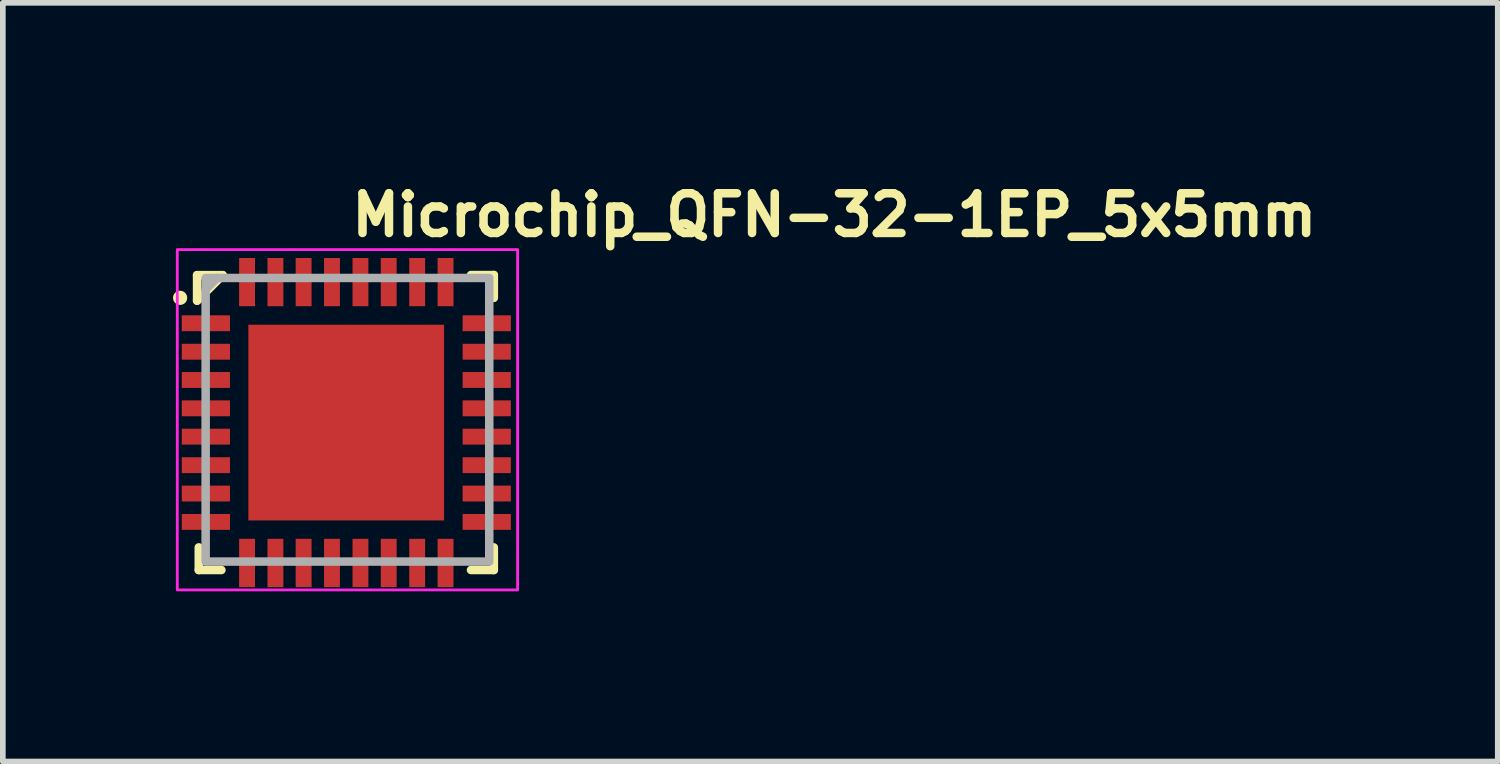
<source format=kicad_pcb>
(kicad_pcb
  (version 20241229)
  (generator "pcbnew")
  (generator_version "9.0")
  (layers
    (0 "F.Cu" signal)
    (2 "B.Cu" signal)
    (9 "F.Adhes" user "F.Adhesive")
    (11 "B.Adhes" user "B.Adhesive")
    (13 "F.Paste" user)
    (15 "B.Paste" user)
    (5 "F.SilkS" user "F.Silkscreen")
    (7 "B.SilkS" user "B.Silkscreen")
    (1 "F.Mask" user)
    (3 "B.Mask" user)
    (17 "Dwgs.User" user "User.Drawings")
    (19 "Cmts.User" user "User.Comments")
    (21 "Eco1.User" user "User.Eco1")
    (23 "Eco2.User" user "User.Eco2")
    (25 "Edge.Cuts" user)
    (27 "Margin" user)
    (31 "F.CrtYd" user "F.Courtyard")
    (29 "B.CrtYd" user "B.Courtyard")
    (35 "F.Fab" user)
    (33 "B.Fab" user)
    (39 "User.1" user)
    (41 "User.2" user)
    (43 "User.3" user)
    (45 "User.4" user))
  (footprint "Microchip_QFN-32-1EP_5x5mm"
    (layer "F.Cu")
    (at 3.075 4.35)
    (property "Reference" "Microchip_QFN-32-1EP_5x5mm" (at 0 -3.2 0) (layer "F.SilkS") (effects (font (size 0.7 0.7) (thickness 0.15)) (justify left bottom)))
    (attr smd)
    (fp_line (start -2.651 -2.55) (end -2.651 -2.1) (stroke (width 0.15) (type solid)) (layer "F.SilkS"))
    (fp_line (start -2.651 -2.55) (end -2.2 -2.55) (stroke (width 0.15) (type solid)) (layer "F.SilkS"))
    (fp_line (start -2.621 2.648) (end -2.621 2.249) (stroke (width 0.15) (type solid)) (layer "F.SilkS"))
    (fp_line (start -2.222 2.648) (end -2.621 2.648) (stroke (width 0.15) (type solid)) (layer "F.SilkS"))
    (fp_line (start -2.2 -2.55) (end -2.651 -2.1) (stroke (width 0.15) (type solid)) (layer "F.SilkS"))
    (fp_line (start 2.58 -2.552) (end 2.177 -2.552) (stroke (width 0.15) (type solid)) (layer "F.SilkS"))
    (fp_line (start 2.58 -2.552) (end 2.58 -2.149) (stroke (width 0.15) (type solid)) (layer "F.SilkS"))
    (fp_line (start 2.58 2.249) (end 2.58 2.648) (stroke (width 0.15) (type solid)) (layer "F.SilkS"))
    (fp_line (start 2.58 2.648) (end 2.177 2.648) (stroke (width 0.15) (type solid)) (layer "F.SilkS"))
    (fp_circle (center -2.95 -2.15) (end -2.9 -2.15) (stroke (width 0.15) (type solid)) (fill yes) (layer "F.SilkS"))
    (fp_rect (start -3 -3) (end 2.999 2.999) (stroke (width 0.05) (type solid)) (fill no) (layer "F.CrtYd"))
    (fp_line (start -2.5 -2.299) (end -2.299 -2.5) (stroke (width 0.15) (type solid)) (layer "F.Fab"))
    (fp_rect (start -2.5 -2.5) (end 2.499 2.499) (stroke (width 0.15) (type solid)) (fill no) (layer "F.Fab"))
    (fp_rect (start -2.5 -2.5) (end 2.499 2.499) (stroke (width 0.1) (type solid)) (fill no) (layer "User.5"))
    (fp_line (start -2.5 -2.5) (end -2.5 2.499) (stroke (width 0.02) (type solid)) (layer "User.9"))
    (fp_line (start -2.5 -1.875) (end -2.5 -1.875) (stroke (width 0.02) (type solid)) (layer "User.9"))
    (fp_line (start -2.5 -1.625) (end -2.5 -1.875) (stroke (width 0.02) (type solid)) (layer "User.9"))
    (fp_line (start -2.5 -1.625) (end -2.5 -1.625) (stroke (width 0.02) (type solid)) (layer "User.9"))
    (fp_line (start -2.5 -1.375) (end -2.5 -1.375) (stroke (width 0.02) (type solid)) (layer "User.9"))
    (fp_line (start -2.5 -1.125) (end -2.5 -1.375) (stroke (width 0.02) (type solid)) (layer "User.9"))
    (fp_line (start -2.5 -1.125) (end -2.5 -1.125) (stroke (width 0.02) (type solid)) (layer "User.9"))
    (fp_line (start -2.5 -0.875) (end -2.5 -0.875) (stroke (width 0.02) (type solid)) (layer "User.9"))
    (fp_line (start -2.5 -0.625) (end -2.5 -0.875) (stroke (width 0.02) (type solid)) (layer "User.9"))
    (fp_line (start -2.5 -0.625) (end -2.5 -0.625) (stroke (width 0.02) (type solid)) (layer "User.9"))
    (fp_line (start -2.5 -0.375) (end -2.5 -0.375) (stroke (width 0.02) (type solid)) (layer "User.9"))
    (fp_line (start -2.5 -0.125) (end -2.5 -0.375) (stroke (width 0.02) (type solid)) (layer "User.9"))
    (fp_line (start -2.5 -0.125) (end -2.5 -0.125) (stroke (width 0.02) (type solid)) (layer "User.9"))
    (fp_line (start -2.5 0.122) (end -2.5 0.122) (stroke (width 0.02) (type solid)) (layer "User.9"))
    (fp_line (start -2.5 0.372) (end -2.5 0.122) (stroke (width 0.02) (type solid)) (layer "User.9"))
    (fp_line (start -2.5 0.372) (end -2.5 0.372) (stroke (width 0.02) (type solid)) (layer "User.9"))
    (fp_line (start -2.5 0.622) (end -2.5 0.622) (stroke (width 0.02) (type solid)) (layer "User.9"))
    (fp_line (start -2.5 0.872) (end -2.5 0.622) (stroke (width 0.02) (type solid)) (layer "User.9"))
    (fp_line (start -2.5 0.872) (end -2.5 0.872) (stroke (width 0.02) (type solid)) (layer "User.9"))
    (fp_line (start -2.5 1.124) (end -2.5 1.124) (stroke (width 0.02) (type solid)) (layer "User.9"))
    (fp_line (start -2.5 1.374) (end -2.5 1.124) (stroke (width 0.02) (type solid)) (layer "User.9"))
    (fp_line (start -2.5 1.374) (end -2.5 1.374) (stroke (width 0.02) (type solid)) (layer "User.9"))
    (fp_line (start -2.5 1.624) (end -2.5 1.624) (stroke (width 0.02) (type solid)) (layer "User.9"))
    (fp_line (start -2.5 1.874) (end -2.5 1.624) (stroke (width 0.02) (type solid)) (layer "User.9"))
    (fp_line (start -2.5 1.874) (end -2.5 1.874) (stroke (width 0.02) (type solid)) (layer "User.9"))
    (fp_line (start -2.5 2.499) (end 2.499 2.499) (stroke (width 0.02) (type solid)) (layer "User.9"))
    (fp_line (start -2 -1.873) (end -2 -1.867) (stroke (width 0.02) (type solid)) (layer "User.9"))
    (fp_line (start -2 -1.867) (end -2 -1.859) (stroke (width 0.02) (type solid)) (layer "User.9"))
    (fp_line (start -2 -1.859) (end -2 -1.851) (stroke (width 0.02) (type solid)) (layer "User.9"))
    (fp_line (start -2 -1.851) (end -2 -1.851) (stroke (width 0.02) (type solid)) (layer "User.9"))
    (fp_line (start -2 -1.851) (end -2 -1.843) (stroke (width 0.02) (type solid)) (layer "User.9"))
    (fp_line (start -2 -1.843) (end -2 -1.835) (stroke (width 0.02) (type solid)) (layer "User.9"))
    (fp_line (start -2 -1.835) (end -2 -1.829) (stroke (width 0.02) (type solid)) (layer "User.9"))
    (fp_line (start -2 -1.829) (end -1.998 -1.821) (stroke (width 0.02) (type solid)) (layer "User.9"))
    (fp_line (start -1.998 -1.881) (end -2 -1.873) (stroke (width 0.02) (type solid)) (layer "User.9"))
    (fp_line (start -1.998 -1.821) (end -1.996 -1.813) (stroke (width 0.02) (type solid)) (layer "User.9"))
    (fp_line (start -1.996 -1.889) (end -1.998 -1.881) (stroke (width 0.02) (type solid)) (layer "User.9"))
    (fp_line (start -1.996 -1.813) (end -1.994 -1.807) (stroke (width 0.02) (type solid)) (layer "User.9"))
    (fp_line (start -1.994 -1.895) (end -1.996 -1.889) (stroke (width 0.02) (type solid)) (layer "User.9"))
    (fp_line (start -1.994 -1.807) (end -1.992 -1.799) (stroke (width 0.02) (type solid)) (layer "User.9"))
    (fp_line (start -1.992 -1.903) (end -1.994 -1.895) (stroke (width 0.02) (type solid)) (layer "User.9"))
    (fp_line (start -1.992 -1.799) (end -1.99 -1.792) (stroke (width 0.02) (type solid)) (layer "User.9"))
    (fp_line (start -1.99 -1.909) (end -1.992 -1.903) (stroke (width 0.02) (type solid)) (layer "User.9"))
    (fp_line (start -1.99 -1.792) (end -1.986 -1.786) (stroke (width 0.02) (type solid)) (layer "User.9"))
    (fp_line (start -1.986 -1.917) (end -1.99 -1.909) (stroke (width 0.02) (type solid)) (layer "User.9"))
    (fp_line (start -1.986 -1.786) (end -1.982 -1.78) (stroke (width 0.02) (type solid)) (layer "User.9"))
    (fp_line (start -1.982 -1.922) (end -1.986 -1.917) (stroke (width 0.02) (type solid)) (layer "User.9"))
    (fp_line (start -1.982 -1.78) (end -1.98 -1.774) (stroke (width 0.02) (type solid)) (layer "User.9"))
    (fp_line (start -1.98 -1.928) (end -1.982 -1.922) (stroke (width 0.02) (type solid)) (layer "User.9"))
    (fp_line (start -1.98 -1.774) (end -1.976 -1.768) (stroke (width 0.02) (type solid)) (layer "User.9"))
    (fp_line (start -1.976 -1.934) (end -1.98 -1.928) (stroke (width 0.02) (type solid)) (layer "User.9"))
    (fp_line (start -1.976 -1.768) (end -1.972 -1.762) (stroke (width 0.02) (type solid)) (layer "User.9"))
    (fp_line (start -1.972 -1.94) (end -1.976 -1.934) (stroke (width 0.02) (type solid)) (layer "User.9"))
    (fp_line (start -1.972 -1.762) (end -1.966 -1.756) (stroke (width 0.02) (type solid)) (layer "User.9"))
    (fp_line (start -1.966 -1.946) (end -1.972 -1.94) (stroke (width 0.02) (type solid)) (layer "User.9"))
    (fp_line (start -1.966 -1.756) (end -1.962 -1.75) (stroke (width 0.02) (type solid)) (layer "User.9"))
    (fp_line (start -1.962 -1.952) (end -1.966 -1.946) (stroke (width 0.02) (type solid)) (layer "User.9"))
    (fp_line (start -1.962 -1.75) (end -1.958 -1.744) (stroke (width 0.02) (type solid)) (layer "User.9"))
    (fp_line (start -1.958 -1.958) (end -1.962 -1.952) (stroke (width 0.02) (type solid)) (layer "User.9"))
    (fp_line (start -1.958 -1.744) (end -1.952 -1.74) (stroke (width 0.02) (type solid)) (layer "User.9"))
    (fp_line (start -1.952 -1.962) (end -1.958 -1.958) (stroke (width 0.02) (type solid)) (layer "User.9"))
    (fp_line (start -1.952 -1.74) (end -1.946 -1.736) (stroke (width 0.02) (type solid)) (layer "User.9"))
    (fp_line (start -1.946 -1.966) (end -1.952 -1.962) (stroke (width 0.02) (type solid)) (layer "User.9"))
    (fp_line (start -1.946 -1.736) (end -1.94 -1.73) (stroke (width 0.02) (type solid)) (layer "User.9"))
    (fp_line (start -1.94 -1.972) (end -1.946 -1.966) (stroke (width 0.02) (type solid)) (layer "User.9"))
    (fp_line (start -1.94 -1.73) (end -1.934 -1.726) (stroke (width 0.02) (type solid)) (layer "User.9"))
    (fp_line (start -1.934 -1.976) (end -1.94 -1.972) (stroke (width 0.02) (type solid)) (layer "User.9"))
    (fp_line (start -1.934 -1.726) (end -1.928 -1.722) (stroke (width 0.02) (type solid)) (layer "User.9"))
    (fp_line (start -1.928 -1.98) (end -1.934 -1.976) (stroke (width 0.02) (type solid)) (layer "User.9"))
    (fp_line (start -1.928 -1.722) (end -1.922 -1.72) (stroke (width 0.02) (type solid)) (layer "User.9"))
    (fp_line (start -1.922 -1.982) (end -1.928 -1.98) (stroke (width 0.02) (type solid)) (layer "User.9"))
    (fp_line (start -1.922 -1.72) (end -1.917 -1.716) (stroke (width 0.02) (type solid)) (layer "User.9"))
    (fp_line (start -1.917 -1.986) (end -1.922 -1.982) (stroke (width 0.02) (type solid)) (layer "User.9"))
    (fp_line (start -1.917 -1.716) (end -1.909 -1.712) (stroke (width 0.02) (type solid)) (layer "User.9"))
    (fp_line (start -1.909 -1.99) (end -1.917 -1.986) (stroke (width 0.02) (type solid)) (layer "User.9"))
    (fp_line (start -1.909 -1.712) (end -1.903 -1.71) (stroke (width 0.02) (type solid)) (layer "User.9"))
    (fp_line (start -1.903 -1.992) (end -1.909 -1.99) (stroke (width 0.02) (type solid)) (layer "User.9"))
    (fp_line (start -1.903 -1.71) (end -1.895 -1.708) (stroke (width 0.02) (type solid)) (layer "User.9"))
    (fp_line (start -1.895 -1.994) (end -1.903 -1.992) (stroke (width 0.02) (type solid)) (layer "User.9"))
    (fp_line (start -1.895 -1.708) (end -1.889 -1.706) (stroke (width 0.02) (type solid)) (layer "User.9"))
    (fp_line (start -1.889 -1.996) (end -1.895 -1.994) (stroke (width 0.02) (type solid)) (layer "User.9"))
    (fp_line (start -1.889 -1.706) (end -1.881 -1.704) (stroke (width 0.02) (type solid)) (layer "User.9"))
    (fp_line (start -1.881 -1.998) (end -1.889 -1.996) (stroke (width 0.02) (type solid)) (layer "User.9"))
    (fp_line (start -1.881 -1.704) (end -1.873 -1.702) (stroke (width 0.02) (type solid)) (layer "User.9"))
    (fp_line (start -1.875 -2.5) (end -1.875 -2.5) (stroke (width 0.02) (type solid)) (layer "User.9"))
    (fp_line (start -1.875 -2.5) (end -1.625 -2.5) (stroke (width 0.02) (type solid)) (layer "User.9"))
    (fp_line (start -1.875 2.499) (end -1.875 2.499) (stroke (width 0.02) (type solid)) (layer "User.9"))
    (fp_line (start -1.875 2.499) (end -1.625 2.499) (stroke (width 0.02) (type solid)) (layer "User.9"))
    (fp_line (start -1.873 -2) (end -1.881 -1.998) (stroke (width 0.02) (type solid)) (layer "User.9"))
    (fp_line (start -1.873 -1.702) (end -1.867 -1.702) (stroke (width 0.02) (type solid)) (layer "User.9"))
    (fp_line (start -1.867 -2) (end -1.873 -2) (stroke (width 0.02) (type solid)) (layer "User.9"))
    (fp_line (start -1.867 -1.702) (end -1.859 -1.702) (stroke (width 0.02) (type solid)) (layer "User.9"))
    (fp_line (start -1.859 -2) (end -1.867 -2) (stroke (width 0.02) (type solid)) (layer "User.9"))
    (fp_line (start -1.859 -1.702) (end -1.851 -1.702) (stroke (width 0.02) (type solid)) (layer "User.9"))
    (fp_line (start -1.851 -2) (end -1.859 -2) (stroke (width 0.02) (type solid)) (layer "User.9"))
    (fp_line (start -1.851 -1.702) (end -1.843 -1.702) (stroke (width 0.02) (type solid)) (layer "User.9"))
    (fp_line (start -1.843 -2) (end -1.851 -2) (stroke (width 0.02) (type solid)) (layer "User.9"))
    (fp_line (start -1.843 -1.702) (end -1.835 -1.702) (stroke (width 0.02) (type solid)) (layer "User.9"))
    (fp_line (start -1.835 -2) (end -1.843 -2) (stroke (width 0.02) (type solid)) (layer "User.9"))
    (fp_line (start -1.835 -1.702) (end -1.829 -1.702) (stroke (width 0.02) (type solid)) (layer "User.9"))
    (fp_line (start -1.829 -2) (end -1.835 -2) (stroke (width 0.02) (type solid)) (layer "User.9"))
    (fp_line (start -1.829 -1.702) (end -1.821 -1.704) (stroke (width 0.02) (type solid)) (layer "User.9"))
    (fp_line (start -1.821 -1.998) (end -1.829 -2) (stroke (width 0.02) (type solid)) (layer "User.9"))
    (fp_line (start -1.821 -1.704) (end -1.813 -1.706) (stroke (width 0.02) (type solid)) (layer "User.9"))
    (fp_line (start -1.813 -1.996) (end -1.821 -1.998) (stroke (width 0.02) (type solid)) (layer "User.9"))
    (fp_line (start -1.813 -1.706) (end -1.807 -1.708) (stroke (width 0.02) (type solid)) (layer "User.9"))
    (fp_line (start -1.807 -1.994) (end -1.813 -1.996) (stroke (width 0.02) (type solid)) (layer "User.9"))
    (fp_line (start -1.807 -1.708) (end -1.799 -1.71) (stroke (width 0.02) (type solid)) (layer "User.9"))
    (fp_line (start -1.799 -1.992) (end -1.807 -1.994) (stroke (width 0.02) (type solid)) (layer "User.9"))
    (fp_line (start -1.799 -1.71) (end -1.792 -1.712) (stroke (width 0.02) (type solid)) (layer "User.9"))
    (fp_line (start -1.792 -1.99) (end -1.799 -1.992) (stroke (width 0.02) (type solid)) (layer "User.9"))
    (fp_line (start -1.792 -1.712) (end -1.786 -1.716) (stroke (width 0.02) (type solid)) (layer "User.9"))
    (fp_line (start -1.786 -1.986) (end -1.792 -1.99) (stroke (width 0.02) (type solid)) (layer "User.9"))
    (fp_line (start -1.786 -1.716) (end -1.78 -1.72) (stroke (width 0.02) (type solid)) (layer "User.9"))
    (fp_line (start -1.78 -1.982) (end -1.786 -1.986) (stroke (width 0.02) (type solid)) (layer "User.9"))
    (fp_line (start -1.78 -1.72) (end -1.774 -1.722) (stroke (width 0.02) (type solid)) (layer "User.9"))
    (fp_line (start -1.774 -1.98) (end -1.78 -1.982) (stroke (width 0.02) (type solid)) (layer "User.9"))
    (fp_line (start -1.774 -1.722) (end -1.768 -1.726) (stroke (width 0.02) (type solid)) (layer "User.9"))
    (fp_line (start -1.768 -1.976) (end -1.774 -1.98) (stroke (width 0.02) (type solid)) (layer "User.9"))
    (fp_line (start -1.768 -1.726) (end -1.762 -1.73) (stroke (width 0.02) (type solid)) (layer "User.9"))
    (fp_line (start -1.762 -1.972) (end -1.768 -1.976) (stroke (width 0.02) (type solid)) (layer "User.9"))
    (fp_line (start -1.762 -1.73) (end -1.756 -1.736) (stroke (width 0.02) (type solid)) (layer "User.9"))
    (fp_line (start -1.756 -1.966) (end -1.762 -1.972) (stroke (width 0.02) (type solid)) (layer "User.9"))
    (fp_line (start -1.756 -1.736) (end -1.75 -1.74) (stroke (width 0.02) (type solid)) (layer "User.9"))
    (fp_line (start -1.75 -1.962) (end -1.756 -1.966) (stroke (width 0.02) (type solid)) (layer "User.9"))
    (fp_line (start -1.75 -1.74) (end -1.744 -1.744) (stroke (width 0.02) (type solid)) (layer "User.9"))
    (fp_line (start -1.744 -1.958) (end -1.75 -1.962) (stroke (width 0.02) (type solid)) (layer "User.9"))
    (fp_line (start -1.744 -1.744) (end -1.74 -1.75) (stroke (width 0.02) (type solid)) (layer "User.9"))
    (fp_line (start -1.74 -1.952) (end -1.744 -1.958) (stroke (width 0.02) (type solid)) (layer "User.9"))
    (fp_line (start -1.74 -1.75) (end -1.736 -1.756) (stroke (width 0.02) (type solid)) (layer "User.9"))
    (fp_line (start -1.736 -1.946) (end -1.74 -1.952) (stroke (width 0.02) (type solid)) (layer "User.9"))
    (fp_line (start -1.736 -1.756) (end -1.73 -1.762) (stroke (width 0.02) (type solid)) (layer "User.9"))
    (fp_line (start -1.73 -1.94) (end -1.736 -1.946) (stroke (width 0.02) (type solid)) (layer "User.9"))
    (fp_line (start -1.73 -1.762) (end -1.726 -1.768) (stroke (width 0.02) (type solid)) (layer "User.9"))
    (fp_line (start -1.726 -1.934) (end -1.73 -1.94) (stroke (width 0.02) (type solid)) (layer "User.9"))
    (fp_line (start -1.726 -1.768) (end -1.722 -1.774) (stroke (width 0.02) (type solid)) (layer "User.9"))
    (fp_line (start -1.722 -1.928) (end -1.726 -1.934) (stroke (width 0.02) (type solid)) (layer "User.9"))
    (fp_line (start -1.722 -1.774) (end -1.72 -1.78) (stroke (width 0.02) (type solid)) (layer "User.9"))
    (fp_line (start -1.72 -1.922) (end -1.722 -1.928) (stroke (width 0.02) (type solid)) (layer "User.9"))
    (fp_line (start -1.72 -1.78) (end -1.716 -1.786) (stroke (width 0.02) (type solid)) (layer "User.9"))
    (fp_line (start -1.716 -1.917) (end -1.72 -1.922) (stroke (width 0.02) (type solid)) (layer "User.9"))
    (fp_line (start -1.716 -1.786) (end -1.712 -1.792) (stroke (width 0.02) (type solid)) (layer "User.9"))
    (fp_line (start -1.712 -1.909) (end -1.716 -1.917) (stroke (width 0.02) (type solid)) (layer "User.9"))
    (fp_line (start -1.712 -1.792) (end -1.71 -1.799) (stroke (width 0.02) (type solid)) (layer "User.9"))
    (fp_line (start -1.71 -1.903) (end -1.712 -1.909) (stroke (width 0.02) (type solid)) (layer "User.9"))
    (fp_line (start -1.71 -1.799) (end -1.708 -1.807) (stroke (width 0.02) (type solid)) (layer "User.9"))
    (fp_line (start -1.708 -1.895) (end -1.71 -1.903) (stroke (width 0.02) (type solid)) (layer "User.9"))
    (fp_line (start -1.708 -1.807) (end -1.706 -1.813) (stroke (width 0.02) (type solid)) (layer "User.9"))
    (fp_line (start -1.706 -1.889) (end -1.708 -1.895) (stroke (width 0.02) (type solid)) (layer "User.9"))
    (fp_line (start -1.706 -1.813) (end -1.704 -1.821) (stroke (width 0.02) (type solid)) (layer "User.9"))
    (fp_line (start -1.704 -1.881) (end -1.706 -1.889) (stroke (width 0.02) (type solid)) (layer "User.9"))
    (fp_line (start -1.704 -1.821) (end -1.702 -1.829) (stroke (width 0.02) (type solid)) (layer "User.9"))
    (fp_line (start -1.702 -1.873) (end -1.704 -1.881) (stroke (width 0.02) (type solid)) (layer "User.9"))
    (fp_line (start -1.702 -1.867) (end -1.702 -1.873) (stroke (width 0.02) (type solid)) (layer "User.9"))
    (fp_line (start -1.702 -1.859) (end -1.702 -1.867) (stroke (width 0.02) (type solid)) (layer "User.9"))
    (fp_line (start -1.702 -1.851) (end -1.702 -1.859) (stroke (width 0.02) (type solid)) (layer "User.9"))
    (fp_line (start -1.702 -1.851) (end -1.702 -1.851) (stroke (width 0.02) (type solid)) (layer "User.9"))
    (fp_line (start -1.702 -1.843) (end -1.702 -1.851) (stroke (width 0.02) (type solid)) (layer "User.9"))
    (fp_line (start -1.702 -1.835) (end -1.702 -1.843) (stroke (width 0.02) (type solid)) (layer "User.9"))
    (fp_line (start -1.702 -1.829) (end -1.702 -1.835) (stroke (width 0.02) (type solid)) (layer "User.9"))
    (fp_line (start -1.625 -2.5) (end -1.625 -2.5) (stroke (width 0.02) (type solid)) (layer "User.9"))
    (fp_line (start -1.625 2.499) (end -1.625 2.499) (stroke (width 0.02) (type solid)) (layer "User.9"))
    (fp_line (start -1.375 -2.5) (end -1.375 -2.5) (stroke (width 0.02) (type solid)) (layer "User.9"))
    (fp_line (start -1.375 -2.5) (end -1.125 -2.5) (stroke (width 0.02) (type solid)) (layer "User.9"))
    (fp_line (start -1.375 2.499) (end -1.375 2.499) (stroke (width 0.02) (type solid)) (layer "User.9"))
    (fp_line (start -1.375 2.499) (end -1.125 2.499) (stroke (width 0.02) (type solid)) (layer "User.9"))
    (fp_line (start -1.125 -2.5) (end -1.125 -2.5) (stroke (width 0.02) (type solid)) (layer "User.9"))
    (fp_line (start -1.125 2.499) (end -1.125 2.499) (stroke (width 0.02) (type solid)) (layer "User.9"))
    (fp_line (start -0.875 -2.5) (end -0.875 -2.5) (stroke (width 0.02) (type solid)) (layer "User.9"))
    (fp_line (start -0.875 -2.5) (end -0.625 -2.5) (stroke (width 0.02) (type solid)) (layer "User.9"))
    (fp_line (start -0.875 2.499) (end -0.875 2.499) (stroke (width 0.02) (type solid)) (layer "User.9"))
    (fp_line (start -0.875 2.499) (end -0.625 2.499) (stroke (width 0.02) (type solid)) (layer "User.9"))
    (fp_line (start -0.625 -2.5) (end -0.625 -2.5) (stroke (width 0.02) (type solid)) (layer "User.9"))
    (fp_line (start -0.625 2.499) (end -0.625 2.499) (stroke (width 0.02) (type solid)) (layer "User.9"))
    (fp_line (start -0.375 -2.5) (end -0.375 -2.5) (stroke (width 0.02) (type solid)) (layer "User.9"))
    (fp_line (start -0.375 -2.5) (end -0.125 -2.5) (stroke (width 0.02) (type solid)) (layer "User.9"))
    (fp_line (start -0.375 2.499) (end -0.375 2.499) (stroke (width 0.02) (type solid)) (layer "User.9"))
    (fp_line (start -0.375 2.499) (end -0.125 2.499) (stroke (width 0.02) (type solid)) (layer "User.9"))
    (fp_line (start -0.125 -2.5) (end -0.125 -2.5) (stroke (width 0.02) (type solid)) (layer "User.9"))
    (fp_line (start -0.125 2.499) (end -0.125 2.499) (stroke (width 0.02) (type solid)) (layer "User.9"))
    (fp_line (start 0.122 -2.5) (end 0.122 -2.5) (stroke (width 0.02) (type solid)) (layer "User.9"))
    (fp_line (start 0.122 2.499) (end 0.122 2.499) (stroke (width 0.02) (type solid)) (layer "User.9"))
    (fp_line (start 0.372 -2.5) (end 0.122 -2.5) (stroke (width 0.02) (type solid)) (layer "User.9"))
    (fp_line (start 0.372 -2.5) (end 0.372 -2.5) (stroke (width 0.02) (type solid)) (layer "User.9"))
    (fp_line (start 0.372 2.499) (end 0.122 2.499) (stroke (width 0.02) (type solid)) (layer "User.9"))
    (fp_line (start 0.372 2.499) (end 0.372 2.499) (stroke (width 0.02) (type solid)) (layer "User.9"))
    (fp_line (start 0.622 -2.5) (end 0.622 -2.5) (stroke (width 0.02) (type solid)) (layer "User.9"))
    (fp_line (start 0.622 2.499) (end 0.622 2.499) (stroke (width 0.02) (type solid)) (layer "User.9"))
    (fp_line (start 0.872 -2.5) (end 0.622 -2.5) (stroke (width 0.02) (type solid)) (layer "User.9"))
    (fp_line (start 0.872 -2.5) (end 0.872 -2.5) (stroke (width 0.02) (type solid)) (layer "User.9"))
    (fp_line (start 0.872 2.499) (end 0.622 2.499) (stroke (width 0.02) (type solid)) (layer "User.9"))
    (fp_line (start 0.872 2.499) (end 0.872 2.499) (stroke (width 0.02) (type solid)) (layer "User.9"))
    (fp_line (start 1.124 -2.5) (end 1.124 -2.5) (stroke (width 0.02) (type solid)) (layer "User.9"))
    (fp_line (start 1.124 2.499) (end 1.124 2.499) (stroke (width 0.02) (type solid)) (layer "User.9"))
    (fp_line (start 1.374 -2.5) (end 1.124 -2.5) (stroke (width 0.02) (type solid)) (layer "User.9"))
    (fp_line (start 1.374 -2.5) (end 1.374 -2.5) (stroke (width 0.02) (type solid)) (layer "User.9"))
    (fp_line (start 1.374 2.499) (end 1.124 2.499) (stroke (width 0.02) (type solid)) (layer "User.9"))
    (fp_line (start 1.374 2.499) (end 1.374 2.499) (stroke (width 0.02) (type solid)) (layer "User.9"))
    (fp_line (start 1.624 -2.5) (end 1.624 -2.5) (stroke (width 0.02) (type solid)) (layer "User.9"))
    (fp_line (start 1.624 2.499) (end 1.624 2.499) (stroke (width 0.02) (type solid)) (layer "User.9"))
    (fp_line (start 1.874 -2.5) (end 1.624 -2.5) (stroke (width 0.02) (type solid)) (layer "User.9"))
    (fp_line (start 1.874 -2.5) (end 1.874 -2.5) (stroke (width 0.02) (type solid)) (layer "User.9"))
    (fp_line (start 1.874 2.499) (end 1.624 2.499) (stroke (width 0.02) (type solid)) (layer "User.9"))
    (fp_line (start 1.874 2.499) (end 1.874 2.499) (stroke (width 0.02) (type solid)) (layer "User.9"))
    (fp_line (start 2.499 -2.5) (end -2.5 -2.5) (stroke (width 0.02) (type solid)) (layer "User.9"))
    (fp_line (start 2.499 -1.875) (end 2.499 -1.875) (stroke (width 0.02) (type solid)) (layer "User.9"))
    (fp_line (start 2.499 -1.625) (end 2.499 -1.875) (stroke (width 0.02) (type solid)) (layer "User.9"))
    (fp_line (start 2.499 -1.625) (end 2.499 -1.625) (stroke (width 0.02) (type solid)) (layer "User.9"))
    (fp_line (start 2.499 -1.375) (end 2.499 -1.375) (stroke (width 0.02) (type solid)) (layer "User.9"))
    (fp_line (start 2.499 -1.125) (end 2.499 -1.375) (stroke (width 0.02) (type solid)) (layer "User.9"))
    (fp_line (start 2.499 -1.125) (end 2.499 -1.125) (stroke (width 0.02) (type solid)) (layer "User.9"))
    (fp_line (start 2.499 -0.875) (end 2.499 -0.875) (stroke (width 0.02) (type solid)) (layer "User.9"))
    (fp_line (start 2.499 -0.625) (end 2.499 -0.875) (stroke (width 0.02) (type solid)) (layer "User.9"))
    (fp_line (start 2.499 -0.625) (end 2.499 -0.625) (stroke (width 0.02) (type solid)) (layer "User.9"))
    (fp_line (start 2.499 -0.375) (end 2.499 -0.375) (stroke (width 0.02) (type solid)) (layer "User.9"))
    (fp_line (start 2.499 -0.125) (end 2.499 -0.375) (stroke (width 0.02) (type solid)) (layer "User.9"))
    (fp_line (start 2.499 -0.125) (end 2.499 -0.125) (stroke (width 0.02) (type solid)) (layer "User.9"))
    (fp_line (start 2.499 0.122) (end 2.499 0.122) (stroke (width 0.02) (type solid)) (layer "User.9"))
    (fp_line (start 2.499 0.372) (end 2.499 0.122) (stroke (width 0.02) (type solid)) (layer "User.9"))
    (fp_line (start 2.499 0.372) (end 2.499 0.372) (stroke (width 0.02) (type solid)) (layer "User.9"))
    (fp_line (start 2.499 0.622) (end 2.499 0.622) (stroke (width 0.02) (type solid)) (layer "User.9"))
    (fp_line (start 2.499 0.872) (end 2.499 0.622) (stroke (width 0.02) (type solid)) (layer "User.9"))
    (fp_line (start 2.499 0.872) (end 2.499 0.872) (stroke (width 0.02) (type solid)) (layer "User.9"))
    (fp_line (start 2.499 1.124) (end 2.499 1.124) (stroke (width 0.02) (type solid)) (layer "User.9"))
    (fp_line (start 2.499 1.374) (end 2.499 1.124) (stroke (width 0.02) (type solid)) (layer "User.9"))
    (fp_line (start 2.499 1.374) (end 2.499 1.374) (stroke (width 0.02) (type solid)) (layer "User.9"))
    (fp_line (start 2.499 1.624) (end 2.499 1.624) (stroke (width 0.02) (type solid)) (layer "User.9"))
    (fp_line (start 2.499 1.874) (end 2.499 1.624) (stroke (width 0.02) (type solid)) (layer "User.9"))
    (fp_line (start 2.499 1.874) (end 2.499 1.874) (stroke (width 0.02) (type solid)) (layer "User.9"))
    (fp_line (start 2.499 2.499) (end 2.499 -2.5) (stroke (width 0.02) (type solid)) (layer "User.9"))
    (pad "" smd roundrect (at -0.8 -0.8 270) (size 1.4 1.4) (layers "F.Paste") (roundrect_rratio 0.1))
    (pad "" smd roundrect (at -0.8 0.8 270) (size 1.4 1.4) (layers "F.Paste") (roundrect_rratio 0.1))
    (pad "" smd roundrect (at 0.8 -0.8 270) (size 1.4 1.4) (layers "F.Paste") (roundrect_rratio 0.1))
    (pad "" smd roundrect (at 0.8 0.8 270) (size 1.4 1.4) (layers "F.Paste") (roundrect_rratio 0.1))
    (pad "1" smd rect (at -2.496 -1.702 270) (size 0.28 0.85) (layers "F.Cu" "F.Mask" "F.Paste"))
    (pad "2" smd rect (at -2.496 -1.2 270) (size 0.28 0.85) (layers "F.Cu" "F.Mask" "F.Paste"))
    (pad "3" smd rect (at -2.496 -0.702 270) (size 0.28 0.85) (layers "F.Cu" "F.Mask" "F.Paste"))
    (pad "4" smd rect (at -2.496 -0.202 270) (size 0.28 0.85) (layers "F.Cu" "F.Mask" "F.Paste"))
    (pad "5" smd rect (at -2.496 0.297 270) (size 0.28 0.85) (layers "F.Cu" "F.Mask" "F.Paste"))
    (pad "6" smd rect (at -2.496 0.8 270) (size 0.28 0.85) (layers "F.Cu" "F.Mask" "F.Paste"))
    (pad "7" smd rect (at -2.496 1.3 270) (size 0.28 0.85) (layers "F.Cu" "F.Mask" "F.Paste"))
    (pad "8" smd rect (at -2.496 1.8 270) (size 0.28 0.85) (layers "F.Cu" "F.Mask" "F.Paste"))
    (pad "9" smd rect (at -1.77 2.523 270) (size 0.85 0.28) (layers "F.Cu" "F.Mask" "F.Paste"))
    (pad "10" smd rect (at -1.27 2.523 270) (size 0.85 0.28) (layers "F.Cu" "F.Mask" "F.Paste"))
    (pad "11" smd rect (at -0.773 2.523 270) (size 0.85 0.28) (layers "F.Cu" "F.Mask" "F.Paste"))
    (pad "12" smd rect (at -0.273 2.523 270) (size 0.85 0.28) (layers "F.Cu" "F.Mask" "F.Paste"))
    (pad "13" smd rect (at 0.229 2.523 270) (size 0.85 0.28) (layers "F.Cu" "F.Mask" "F.Paste"))
    (pad "14" smd rect (at 0.727 2.523 270) (size 0.85 0.28) (layers "F.Cu" "F.Mask" "F.Paste"))
    (pad "15" smd rect (at 1.229 2.523 270) (size 0.85 0.28) (layers "F.Cu" "F.Mask" "F.Paste"))
    (pad "16" smd rect (at 1.729 2.523 270) (size 0.85 0.28) (layers "F.Cu" "F.Mask" "F.Paste"))
    (pad "17" smd rect (at 2.455 1.8 270) (size 0.28 0.85) (layers "F.Cu" "F.Mask" "F.Paste"))
    (pad "18" smd rect (at 2.455 1.3 270) (size 0.28 0.85) (layers "F.Cu" "F.Mask" "F.Paste"))
    (pad "19" smd rect (at 2.455 0.8 270) (size 0.28 0.85) (layers "F.Cu" "F.Mask" "F.Paste"))
    (pad "20" smd rect (at 2.455 0.297 270) (size 0.28 0.85) (layers "F.Cu" "F.Mask" "F.Paste"))
    (pad "21" smd rect (at 2.455 -0.202 270) (size 0.28 0.85) (layers "F.Cu" "F.Mask" "F.Paste"))
    (pad "22" smd rect (at 2.455 -0.702 270) (size 0.28 0.85) (layers "F.Cu" "F.Mask" "F.Paste"))
    (pad "23" smd rect (at 2.455 -1.2 270) (size 0.28 0.85) (layers "F.Cu" "F.Mask" "F.Paste"))
    (pad "24" smd rect (at 2.455 -1.702 270) (size 0.28 0.85) (layers "F.Cu" "F.Mask" "F.Paste"))
    (pad "25" smd rect (at 1.729 -2.427 270) (size 0.85 0.28) (layers "F.Cu" "F.Mask" "F.Paste"))
    (pad "26" smd rect (at 1.229 -2.427 270) (size 0.85 0.28) (layers "F.Cu" "F.Mask" "F.Paste"))
    (pad "27" smd rect (at 0.727 -2.427 270) (size 0.85 0.28) (layers "F.Cu" "F.Mask" "F.Paste"))
    (pad "28" smd rect (at 0.229 -2.427 270) (size 0.85 0.28) (layers "F.Cu" "F.Mask" "F.Paste"))
    (pad "29" smd rect (at -0.273 -2.427 270) (size 0.85 0.28) (layers "F.Cu" "F.Mask" "F.Paste"))
    (pad "30" smd rect (at -0.773 -2.427 270) (size 0.85 0.28) (layers "F.Cu" "F.Mask" "F.Paste"))
    (pad "31" smd rect (at -1.27 -2.427 270) (size 0.85 0.28) (layers "F.Cu" "F.Mask" "F.Paste"))
    (pad "32" smd rect (at -1.77 -2.427 270) (size 0.85 0.28) (layers "F.Cu" "F.Mask" "F.Paste"))
    (pad "33" smd rect (at -0.022 0.049 270) (size 3.45 3.45) (layers "F.Cu" "F.Mask")))
  (gr_rect
    (start -3 -3)
    (end 23.352 10.374)
    (stroke (width 0.1) (type default))
    (fill no)
    (layer "Edge.Cuts")))
</source>
